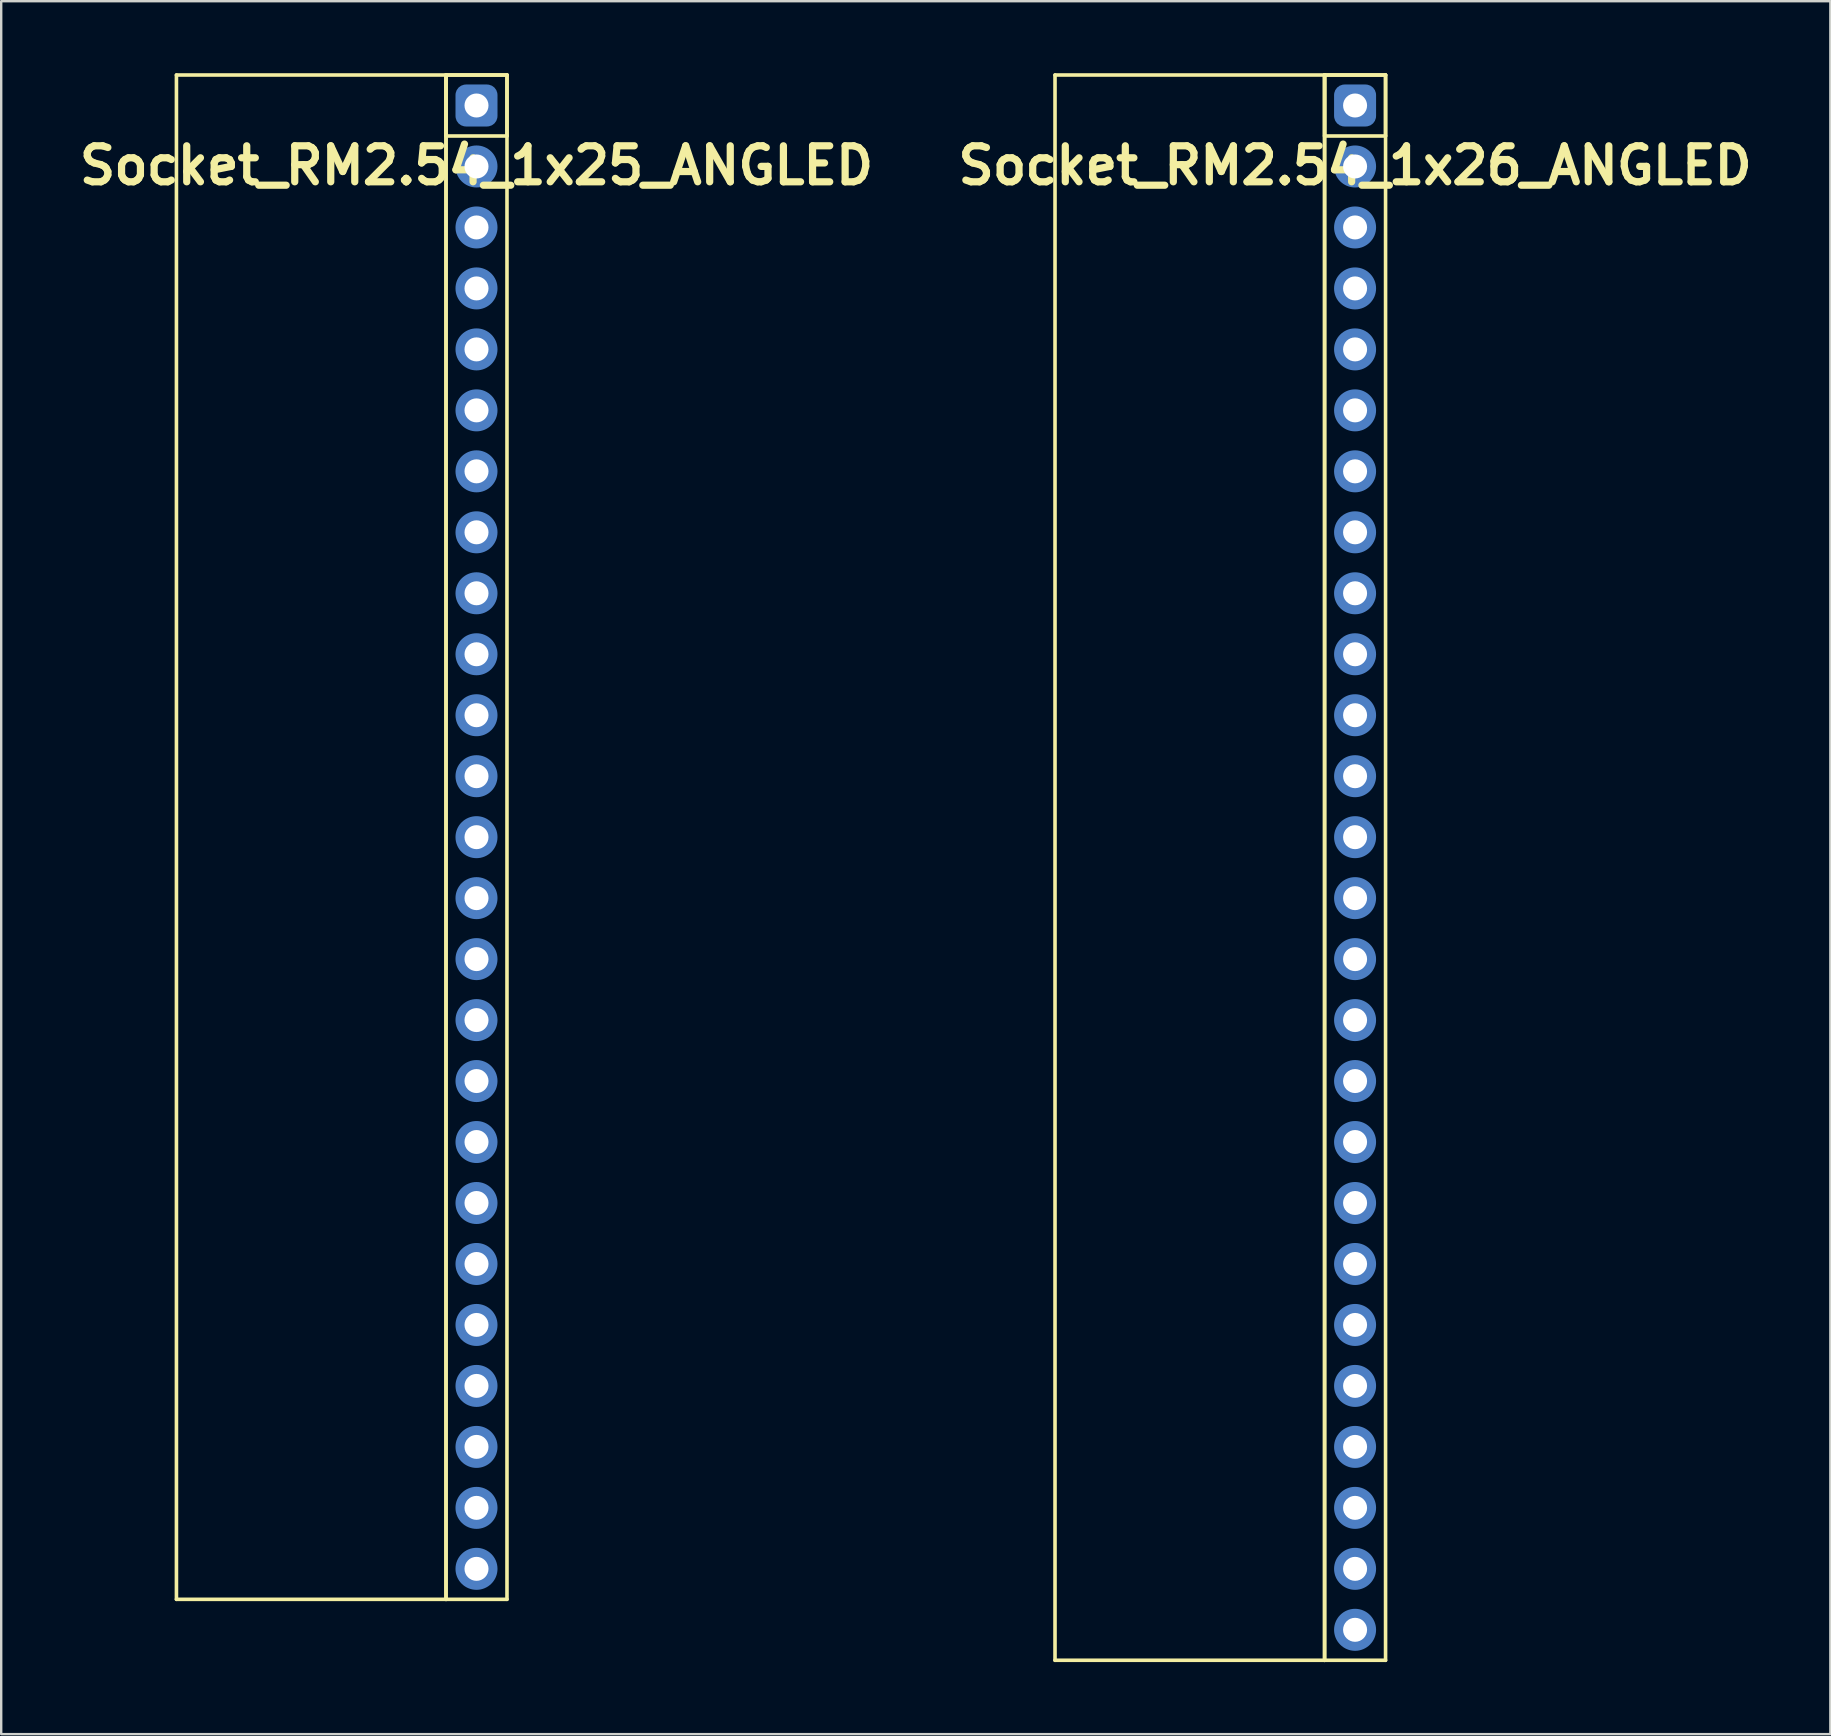
<source format=kicad_pcb>
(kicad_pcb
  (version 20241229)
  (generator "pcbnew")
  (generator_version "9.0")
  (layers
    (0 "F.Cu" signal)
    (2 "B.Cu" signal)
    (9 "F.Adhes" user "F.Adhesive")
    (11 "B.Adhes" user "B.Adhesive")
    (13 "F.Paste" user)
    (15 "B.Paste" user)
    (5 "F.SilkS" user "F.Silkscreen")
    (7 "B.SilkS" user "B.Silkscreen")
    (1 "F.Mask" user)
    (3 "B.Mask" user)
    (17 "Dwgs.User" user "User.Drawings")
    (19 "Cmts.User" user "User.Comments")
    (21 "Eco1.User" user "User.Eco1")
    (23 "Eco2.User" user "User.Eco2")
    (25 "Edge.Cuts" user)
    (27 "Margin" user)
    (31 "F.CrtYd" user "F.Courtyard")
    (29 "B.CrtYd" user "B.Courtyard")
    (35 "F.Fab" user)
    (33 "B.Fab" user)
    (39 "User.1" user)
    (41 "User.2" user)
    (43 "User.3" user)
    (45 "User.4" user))
  (footprint "Socket_RM2.54_1x25_ANGLED"
    (layer "F.Cu")
    (at 16.8 1.345)
    (property "Reference" "Socket_RM2.54_1x25_ANGLED" (at 0 2.5 0) (layer "F.SilkS") (effects (font (size 1.5 1.5) (thickness 0.3))))
    (attr through_hole)
    (fp_line (start -12.5 -1.27) (end -1.27 -1.27) (stroke (width 0.15) (type solid)) (layer "F.SilkS"))
    (fp_line (start -12.5 62.23) (end -12.5 -1.27) (stroke (width 0.15) (type solid)) (layer "F.SilkS"))
    (fp_line (start -1.27 -1.27) (end -1.27 62.23) (stroke (width 0.15) (type solid)) (layer "F.SilkS"))
    (fp_line (start -1.27 -1.27) (end 1.27 -1.27) (stroke (width 0.15) (type solid)) (layer "F.SilkS"))
    (fp_line (start -1.27 -1.27) (end 1.27 -1.27) (stroke (width 0.15) (type solid)) (layer "F.SilkS"))
    (fp_line (start -1.27 1.27) (end -1.27 -1.27) (stroke (width 0.15) (type solid)) (layer "F.SilkS"))
    (fp_line (start -1.27 62.23) (end -12.5 62.23) (stroke (width 0.15) (type solid)) (layer "F.SilkS"))
    (fp_line (start -1.27 62.23) (end -1.27 -1.27) (stroke (width 0.15) (type solid)) (layer "F.SilkS"))
    (fp_line (start 1.27 -1.27) (end 1.27 1.27) (stroke (width 0.15) (type solid)) (layer "F.SilkS"))
    (fp_line (start 1.27 -1.27) (end 1.27 62.23) (stroke (width 0.15) (type solid)) (layer "F.SilkS"))
    (fp_line (start 1.27 1.27) (end -1.27 1.27) (stroke (width 0.15) (type solid)) (layer "F.SilkS"))
    (fp_line (start 1.27 62.23) (end -1.27 62.23) (stroke (width 0.15) (type solid)) (layer "F.SilkS"))
    (pad "1" thru_hole circle (at 0 0) (size 1.3 1.3) (drill 1) (layers "*.Cu" "*.Mask"))
    (pad "1" smd roundrect (at 0 0) (size 1.5 1.5) (layers "F.Cu" "F.Mask") (roundrect_rratio 0.25))
    (pad "1" smd roundrect (at 0 0) (size 1.75 1.75) (layers "B.Cu" "B.Mask") (roundrect_rratio 0.25))
    (pad "2" thru_hole circle (at 0 2.54) (size 1.3 1.3) (drill 1) (layers "*.Cu" "*.Mask"))
    (pad "2" smd circle (at 0 2.54) (size 1.5 1.5) (layers "F.Cu" "F.Mask"))
    (pad "2" smd circle (at 0 2.54) (size 1.75 1.75) (layers "B.Cu" "B.Mask"))
    (pad "3" thru_hole circle (at 0 5.08) (size 1.3 1.3) (drill 1) (layers "*.Cu" "*.Mask"))
    (pad "3" smd circle (at 0 5.08) (size 1.5 1.5) (layers "F.Cu" "F.Mask"))
    (pad "3" smd circle (at 0 5.08) (size 1.75 1.75) (layers "B.Cu" "B.Mask"))
    (pad "4" thru_hole circle (at 0 7.62) (size 1.3 1.3) (drill 1) (layers "*.Cu" "*.Mask"))
    (pad "4" smd circle (at 0 7.62) (size 1.5 1.5) (layers "F.Cu" "F.Mask"))
    (pad "4" smd circle (at 0 7.62) (size 1.75 1.75) (layers "B.Cu" "B.Mask"))
    (pad "5" thru_hole circle (at 0 10.16) (size 1.3 1.3) (drill 1) (layers "*.Cu" "*.Mask"))
    (pad "5" smd circle (at 0 10.16) (size 1.5 1.5) (layers "F.Cu" "F.Mask"))
    (pad "5" smd circle (at 0 10.16) (size 1.75 1.75) (layers "B.Cu" "B.Mask"))
    (pad "6" thru_hole circle (at 0 12.7) (size 1.3 1.3) (drill 1) (layers "*.Cu" "*.Mask"))
    (pad "6" smd circle (at 0 12.7) (size 1.5 1.5) (layers "F.Cu" "F.Mask"))
    (pad "6" smd circle (at 0 12.7) (size 1.75 1.75) (layers "B.Cu" "B.Mask"))
    (pad "7" thru_hole circle (at 0 15.24) (size 1.3 1.3) (drill 1) (layers "*.Cu" "*.Mask"))
    (pad "7" smd circle (at 0 15.24) (size 1.5 1.5) (layers "F.Cu" "F.Mask"))
    (pad "7" smd circle (at 0 15.24) (size 1.75 1.75) (layers "B.Cu" "B.Mask"))
    (pad "8" thru_hole circle (at 0 17.78) (size 1.3 1.3) (drill 1) (layers "*.Cu" "*.Mask"))
    (pad "8" smd circle (at 0 17.78) (size 1.5 1.5) (layers "F.Cu" "F.Mask"))
    (pad "8" smd circle (at 0 17.78) (size 1.75 1.75) (layers "B.Cu" "B.Mask"))
    (pad "9" thru_hole circle (at 0 20.32) (size 1.3 1.3) (drill 1) (layers "*.Cu" "*.Mask"))
    (pad "9" smd circle (at 0 20.32) (size 1.5 1.5) (layers "F.Cu" "F.Mask"))
    (pad "9" smd circle (at 0 20.32) (size 1.75 1.75) (layers "B.Cu" "B.Mask"))
    (pad "10" thru_hole circle (at 0 22.86) (size 1.3 1.3) (drill 1) (layers "*.Cu" "*.Mask"))
    (pad "10" smd circle (at 0 22.86) (size 1.5 1.5) (layers "F.Cu" "F.Mask"))
    (pad "10" smd circle (at 0 22.86) (size 1.75 1.75) (layers "B.Cu" "B.Mask"))
    (pad "11" thru_hole circle (at 0 25.4) (size 1.3 1.3) (drill 1) (layers "*.Cu" "*.Mask"))
    (pad "11" smd circle (at 0 25.4) (size 1.5 1.5) (layers "F.Cu" "F.Mask"))
    (pad "11" smd circle (at 0 25.4) (size 1.75 1.75) (layers "B.Cu" "B.Mask"))
    (pad "12" thru_hole circle (at 0 27.94) (size 1.3 1.3) (drill 1) (layers "*.Cu" "*.Mask"))
    (pad "12" smd circle (at 0 27.94) (size 1.5 1.5) (layers "F.Cu" "F.Mask"))
    (pad "12" smd circle (at 0 27.94) (size 1.75 1.75) (layers "B.Cu" "B.Mask"))
    (pad "13" thru_hole circle (at 0 30.48) (size 1.3 1.3) (drill 1) (layers "*.Cu" "*.Mask"))
    (pad "13" smd circle (at 0 30.48) (size 1.5 1.5) (layers "F.Cu" "F.Mask"))
    (pad "13" smd circle (at 0 30.48) (size 1.75 1.75) (layers "B.Cu" "B.Mask"))
    (pad "14" thru_hole circle (at 0 33.02) (size 1.3 1.3) (drill 1) (layers "*.Cu" "*.Mask"))
    (pad "14" smd circle (at 0 33.02) (size 1.5 1.5) (layers "F.Cu" "F.Mask"))
    (pad "14" smd circle (at 0 33.02) (size 1.75 1.75) (layers "B.Cu" "B.Mask"))
    (pad "15" thru_hole circle (at 0 35.56) (size 1.3 1.3) (drill 1) (layers "*.Cu" "*.Mask"))
    (pad "15" smd circle (at 0 35.56) (size 1.5 1.5) (layers "F.Cu" "F.Mask"))
    (pad "15" smd circle (at 0 35.56) (size 1.75 1.75) (layers "B.Cu" "B.Mask"))
    (pad "16" thru_hole circle (at 0 38.1) (size 1.3 1.3) (drill 1) (layers "*.Cu" "*.Mask"))
    (pad "16" smd circle (at 0 38.1) (size 1.5 1.5) (layers "F.Cu" "F.Mask"))
    (pad "16" smd circle (at 0 38.1) (size 1.75 1.75) (layers "B.Cu" "B.Mask"))
    (pad "17" thru_hole circle (at 0 40.64) (size 1.3 1.3) (drill 1) (layers "*.Cu" "*.Mask"))
    (pad "17" smd circle (at 0 40.64) (size 1.5 1.5) (layers "F.Cu" "F.Mask"))
    (pad "17" smd circle (at 0 40.64) (size 1.75 1.75) (layers "B.Cu" "B.Mask"))
    (pad "18" thru_hole circle (at 0 43.18) (size 1.3 1.3) (drill 1) (layers "*.Cu" "*.Mask"))
    (pad "18" smd circle (at 0 43.18) (size 1.5 1.5) (layers "F.Cu" "F.Mask"))
    (pad "18" smd circle (at 0 43.18) (size 1.75 1.75) (layers "B.Cu" "B.Mask"))
    (pad "19" thru_hole circle (at 0 45.72) (size 1.3 1.3) (drill 1) (layers "*.Cu" "*.Mask"))
    (pad "19" smd circle (at 0 45.72) (size 1.5 1.5) (layers "F.Cu" "F.Mask"))
    (pad "19" smd circle (at 0 45.72) (size 1.75 1.75) (layers "B.Cu" "B.Mask"))
    (pad "20" thru_hole circle (at 0 48.26) (size 1.3 1.3) (drill 1) (layers "*.Cu" "*.Mask"))
    (pad "20" smd circle (at 0 48.26) (size 1.5 1.5) (layers "F.Cu" "F.Mask"))
    (pad "20" smd circle (at 0 48.26) (size 1.75 1.75) (layers "B.Cu" "B.Mask"))
    (pad "21" thru_hole circle (at 0 50.8) (size 1.3 1.3) (drill 1) (layers "*.Cu" "*.Mask"))
    (pad "21" smd circle (at 0 50.8) (size 1.5 1.5) (layers "F.Cu" "F.Mask"))
    (pad "21" smd circle (at 0 50.8) (size 1.75 1.75) (layers "B.Cu" "B.Mask"))
    (pad "22" thru_hole circle (at 0 53.34) (size 1.3 1.3) (drill 1) (layers "*.Cu" "*.Mask"))
    (pad "22" smd circle (at 0 53.34) (size 1.5 1.5) (layers "F.Cu" "F.Mask"))
    (pad "22" smd circle (at 0 53.34) (size 1.75 1.75) (layers "B.Cu" "B.Mask"))
    (pad "23" thru_hole circle (at 0 55.88) (size 1.3 1.3) (drill 1) (layers "*.Cu" "*.Mask"))
    (pad "23" smd circle (at 0 55.88) (size 1.5 1.5) (layers "F.Cu" "F.Mask"))
    (pad "23" smd circle (at 0 55.88) (size 1.75 1.75) (layers "B.Cu" "B.Mask"))
    (pad "24" thru_hole circle (at 0 58.42) (size 1.3 1.3) (drill 1) (layers "*.Cu" "*.Mask"))
    (pad "24" smd circle (at 0 58.42) (size 1.5 1.5) (layers "F.Cu" "F.Mask"))
    (pad "24" smd circle (at 0 58.42) (size 1.75 1.75) (layers "B.Cu" "B.Mask"))
    (pad "25" thru_hole circle (at 0 60.96) (size 1.3 1.3) (drill 1) (layers "*.Cu" "*.Mask"))
    (pad "25" smd circle (at 0 60.96) (size 1.5 1.5) (layers "F.Cu" "F.Mask"))
    (pad "25" smd circle (at 0 60.96) (size 1.75 1.75) (layers "B.Cu" "B.Mask")))
  (footprint "Socket_RM2.54_1x26_ANGLED"
    (layer "F.Cu")
    (at 53.4 1.345)
    (property "Reference" "Socket_RM2.54_1x26_ANGLED" (at 0 2.5 0) (layer "F.SilkS") (effects (font (size 1.5 1.5) (thickness 0.3))))
    (attr through_hole)
    (fp_line (start -12.5 -1.27) (end -1.27 -1.27) (stroke (width 0.15) (type solid)) (layer "F.SilkS"))
    (fp_line (start -12.5 64.77) (end -12.5 -1.27) (stroke (width 0.15) (type solid)) (layer "F.SilkS"))
    (fp_line (start -1.27 -1.27) (end -1.27 64.77) (stroke (width 0.15) (type solid)) (layer "F.SilkS"))
    (fp_line (start -1.27 -1.27) (end 1.27 -1.27) (stroke (width 0.15) (type solid)) (layer "F.SilkS"))
    (fp_line (start -1.27 -1.27) (end 1.27 -1.27) (stroke (width 0.15) (type solid)) (layer "F.SilkS"))
    (fp_line (start -1.27 1.27) (end -1.27 -1.27) (stroke (width 0.15) (type solid)) (layer "F.SilkS"))
    (fp_line (start -1.27 64.77) (end -12.5 64.77) (stroke (width 0.15) (type solid)) (layer "F.SilkS"))
    (fp_line (start -1.27 64.77) (end -1.27 -1.27) (stroke (width 0.15) (type solid)) (layer "F.SilkS"))
    (fp_line (start 1.27 -1.27) (end 1.27 1.27) (stroke (width 0.15) (type solid)) (layer "F.SilkS"))
    (fp_line (start 1.27 -1.27) (end 1.27 64.77) (stroke (width 0.15) (type solid)) (layer "F.SilkS"))
    (fp_line (start 1.27 1.27) (end -1.27 1.27) (stroke (width 0.15) (type solid)) (layer "F.SilkS"))
    (fp_line (start 1.27 64.77) (end -1.27 64.77) (stroke (width 0.15) (type solid)) (layer "F.SilkS"))
    (pad "1" thru_hole circle (at 0 0) (size 1.3 1.3) (drill 1) (layers "*.Cu" "*.Mask"))
    (pad "1" smd roundrect (at 0 0) (size 1.5 1.5) (layers "F.Cu" "F.Mask") (roundrect_rratio 0.25))
    (pad "1" smd roundrect (at 0 0) (size 1.75 1.75) (layers "B.Cu" "B.Mask") (roundrect_rratio 0.25))
    (pad "2" thru_hole circle (at 0 2.54) (size 1.3 1.3) (drill 1) (layers "*.Cu" "*.Mask"))
    (pad "2" smd circle (at 0 2.54) (size 1.5 1.5) (layers "F.Cu" "F.Mask"))
    (pad "2" smd circle (at 0 2.54) (size 1.75 1.75) (layers "B.Cu" "B.Mask"))
    (pad "3" thru_hole circle (at 0 5.08) (size 1.3 1.3) (drill 1) (layers "*.Cu" "*.Mask"))
    (pad "3" smd circle (at 0 5.08) (size 1.5 1.5) (layers "F.Cu" "F.Mask"))
    (pad "3" smd circle (at 0 5.08) (size 1.75 1.75) (layers "B.Cu" "B.Mask"))
    (pad "4" thru_hole circle (at 0 7.62) (size 1.3 1.3) (drill 1) (layers "*.Cu" "*.Mask"))
    (pad "4" smd circle (at 0 7.62) (size 1.5 1.5) (layers "F.Cu" "F.Mask"))
    (pad "4" smd circle (at 0 7.62) (size 1.75 1.75) (layers "B.Cu" "B.Mask"))
    (pad "5" thru_hole circle (at 0 10.16) (size 1.3 1.3) (drill 1) (layers "*.Cu" "*.Mask"))
    (pad "5" smd circle (at 0 10.16) (size 1.5 1.5) (layers "F.Cu" "F.Mask"))
    (pad "5" smd circle (at 0 10.16) (size 1.75 1.75) (layers "B.Cu" "B.Mask"))
    (pad "6" thru_hole circle (at 0 12.7) (size 1.3 1.3) (drill 1) (layers "*.Cu" "*.Mask"))
    (pad "6" smd circle (at 0 12.7) (size 1.5 1.5) (layers "F.Cu" "F.Mask"))
    (pad "6" smd circle (at 0 12.7) (size 1.75 1.75) (layers "B.Cu" "B.Mask"))
    (pad "7" thru_hole circle (at 0 15.24) (size 1.3 1.3) (drill 1) (layers "*.Cu" "*.Mask"))
    (pad "7" smd circle (at 0 15.24) (size 1.5 1.5) (layers "F.Cu" "F.Mask"))
    (pad "7" smd circle (at 0 15.24) (size 1.75 1.75) (layers "B.Cu" "B.Mask"))
    (pad "8" thru_hole circle (at 0 17.78) (size 1.3 1.3) (drill 1) (layers "*.Cu" "*.Mask"))
    (pad "8" smd circle (at 0 17.78) (size 1.5 1.5) (layers "F.Cu" "F.Mask"))
    (pad "8" smd circle (at 0 17.78) (size 1.75 1.75) (layers "B.Cu" "B.Mask"))
    (pad "9" thru_hole circle (at 0 20.32) (size 1.3 1.3) (drill 1) (layers "*.Cu" "*.Mask"))
    (pad "9" smd circle (at 0 20.32) (size 1.5 1.5) (layers "F.Cu" "F.Mask"))
    (pad "9" smd circle (at 0 20.32) (size 1.75 1.75) (layers "B.Cu" "B.Mask"))
    (pad "10" thru_hole circle (at 0 22.86) (size 1.3 1.3) (drill 1) (layers "*.Cu" "*.Mask"))
    (pad "10" smd circle (at 0 22.86) (size 1.5 1.5) (layers "F.Cu" "F.Mask"))
    (pad "10" smd circle (at 0 22.86) (size 1.75 1.75) (layers "B.Cu" "B.Mask"))
    (pad "11" thru_hole circle (at 0 25.4) (size 1.3 1.3) (drill 1) (layers "*.Cu" "*.Mask"))
    (pad "11" smd circle (at 0 25.4) (size 1.5 1.5) (layers "F.Cu" "F.Mask"))
    (pad "11" smd circle (at 0 25.4) (size 1.75 1.75) (layers "B.Cu" "B.Mask"))
    (pad "12" thru_hole circle (at 0 27.94) (size 1.3 1.3) (drill 1) (layers "*.Cu" "*.Mask"))
    (pad "12" smd circle (at 0 27.94) (size 1.5 1.5) (layers "F.Cu" "F.Mask"))
    (pad "12" smd circle (at 0 27.94) (size 1.75 1.75) (layers "B.Cu" "B.Mask"))
    (pad "13" thru_hole circle (at 0 30.48) (size 1.3 1.3) (drill 1) (layers "*.Cu" "*.Mask"))
    (pad "13" smd circle (at 0 30.48) (size 1.5 1.5) (layers "F.Cu" "F.Mask"))
    (pad "13" smd circle (at 0 30.48) (size 1.75 1.75) (layers "B.Cu" "B.Mask"))
    (pad "14" thru_hole circle (at 0 33.02) (size 1.3 1.3) (drill 1) (layers "*.Cu" "*.Mask"))
    (pad "14" smd circle (at 0 33.02) (size 1.5 1.5) (layers "F.Cu" "F.Mask"))
    (pad "14" smd circle (at 0 33.02) (size 1.75 1.75) (layers "B.Cu" "B.Mask"))
    (pad "15" thru_hole circle (at 0 35.56) (size 1.3 1.3) (drill 1) (layers "*.Cu" "*.Mask"))
    (pad "15" smd circle (at 0 35.56) (size 1.5 1.5) (layers "F.Cu" "F.Mask"))
    (pad "15" smd circle (at 0 35.56) (size 1.75 1.75) (layers "B.Cu" "B.Mask"))
    (pad "16" thru_hole circle (at 0 38.1) (size 1.3 1.3) (drill 1) (layers "*.Cu" "*.Mask"))
    (pad "16" smd circle (at 0 38.1) (size 1.5 1.5) (layers "F.Cu" "F.Mask"))
    (pad "16" smd circle (at 0 38.1) (size 1.75 1.75) (layers "B.Cu" "B.Mask"))
    (pad "17" thru_hole circle (at 0 40.64) (size 1.3 1.3) (drill 1) (layers "*.Cu" "*.Mask"))
    (pad "17" smd circle (at 0 40.64) (size 1.5 1.5) (layers "F.Cu" "F.Mask"))
    (pad "17" smd circle (at 0 40.64) (size 1.75 1.75) (layers "B.Cu" "B.Mask"))
    (pad "18" thru_hole circle (at 0 43.18) (size 1.3 1.3) (drill 1) (layers "*.Cu" "*.Mask"))
    (pad "18" smd circle (at 0 43.18) (size 1.5 1.5) (layers "F.Cu" "F.Mask"))
    (pad "18" smd circle (at 0 43.18) (size 1.75 1.75) (layers "B.Cu" "B.Mask"))
    (pad "19" thru_hole circle (at 0 45.72) (size 1.3 1.3) (drill 1) (layers "*.Cu" "*.Mask"))
    (pad "19" smd circle (at 0 45.72) (size 1.5 1.5) (layers "F.Cu" "F.Mask"))
    (pad "19" smd circle (at 0 45.72) (size 1.75 1.75) (layers "B.Cu" "B.Mask"))
    (pad "20" thru_hole circle (at 0 48.26) (size 1.3 1.3) (drill 1) (layers "*.Cu" "*.Mask"))
    (pad "20" smd circle (at 0 48.26) (size 1.5 1.5) (layers "F.Cu" "F.Mask"))
    (pad "20" smd circle (at 0 48.26) (size 1.75 1.75) (layers "B.Cu" "B.Mask"))
    (pad "21" thru_hole circle (at 0 50.8) (size 1.3 1.3) (drill 1) (layers "*.Cu" "*.Mask"))
    (pad "21" smd circle (at 0 50.8) (size 1.5 1.5) (layers "F.Cu" "F.Mask"))
    (pad "21" smd circle (at 0 50.8) (size 1.75 1.75) (layers "B.Cu" "B.Mask"))
    (pad "22" thru_hole circle (at 0 53.34) (size 1.3 1.3) (drill 1) (layers "*.Cu" "*.Mask"))
    (pad "22" smd circle (at 0 53.34) (size 1.5 1.5) (layers "F.Cu" "F.Mask"))
    (pad "22" smd circle (at 0 53.34) (size 1.75 1.75) (layers "B.Cu" "B.Mask"))
    (pad "23" thru_hole circle (at 0 55.88) (size 1.3 1.3) (drill 1) (layers "*.Cu" "*.Mask"))
    (pad "23" smd circle (at 0 55.88) (size 1.5 1.5) (layers "F.Cu" "F.Mask"))
    (pad "23" smd circle (at 0 55.88) (size 1.75 1.75) (layers "B.Cu" "B.Mask"))
    (pad "24" thru_hole circle (at 0 58.42) (size 1.3 1.3) (drill 1) (layers "*.Cu" "*.Mask"))
    (pad "24" smd circle (at 0 58.42) (size 1.5 1.5) (layers "F.Cu" "F.Mask"))
    (pad "24" smd circle (at 0 58.42) (size 1.75 1.75) (layers "B.Cu" "B.Mask"))
    (pad "25" thru_hole circle (at 0 60.96) (size 1.3 1.3) (drill 1) (layers "*.Cu" "*.Mask"))
    (pad "25" smd circle (at 0 60.96) (size 1.5 1.5) (layers "F.Cu" "F.Mask"))
    (pad "25" smd circle (at 0 60.96) (size 1.75 1.75) (layers "B.Cu" "B.Mask"))
    (pad "26" thru_hole circle (at 0 63.5) (size 1.3 1.3) (drill 1) (layers "*.Cu" "*.Mask"))
    (pad "26" smd circle (at 0 63.5) (size 1.5 1.5) (layers "F.Cu" "F.Mask"))
    (pad "26" smd circle (at 0 63.5) (size 1.75 1.75) (layers "B.Cu" "B.Mask")))
  (gr_rect
    (start -3 -3)
    (end 73.2 69.19)
    (stroke (width 0.1) (type default))
    (fill no)
    (layer "Edge.Cuts")))
</source>
